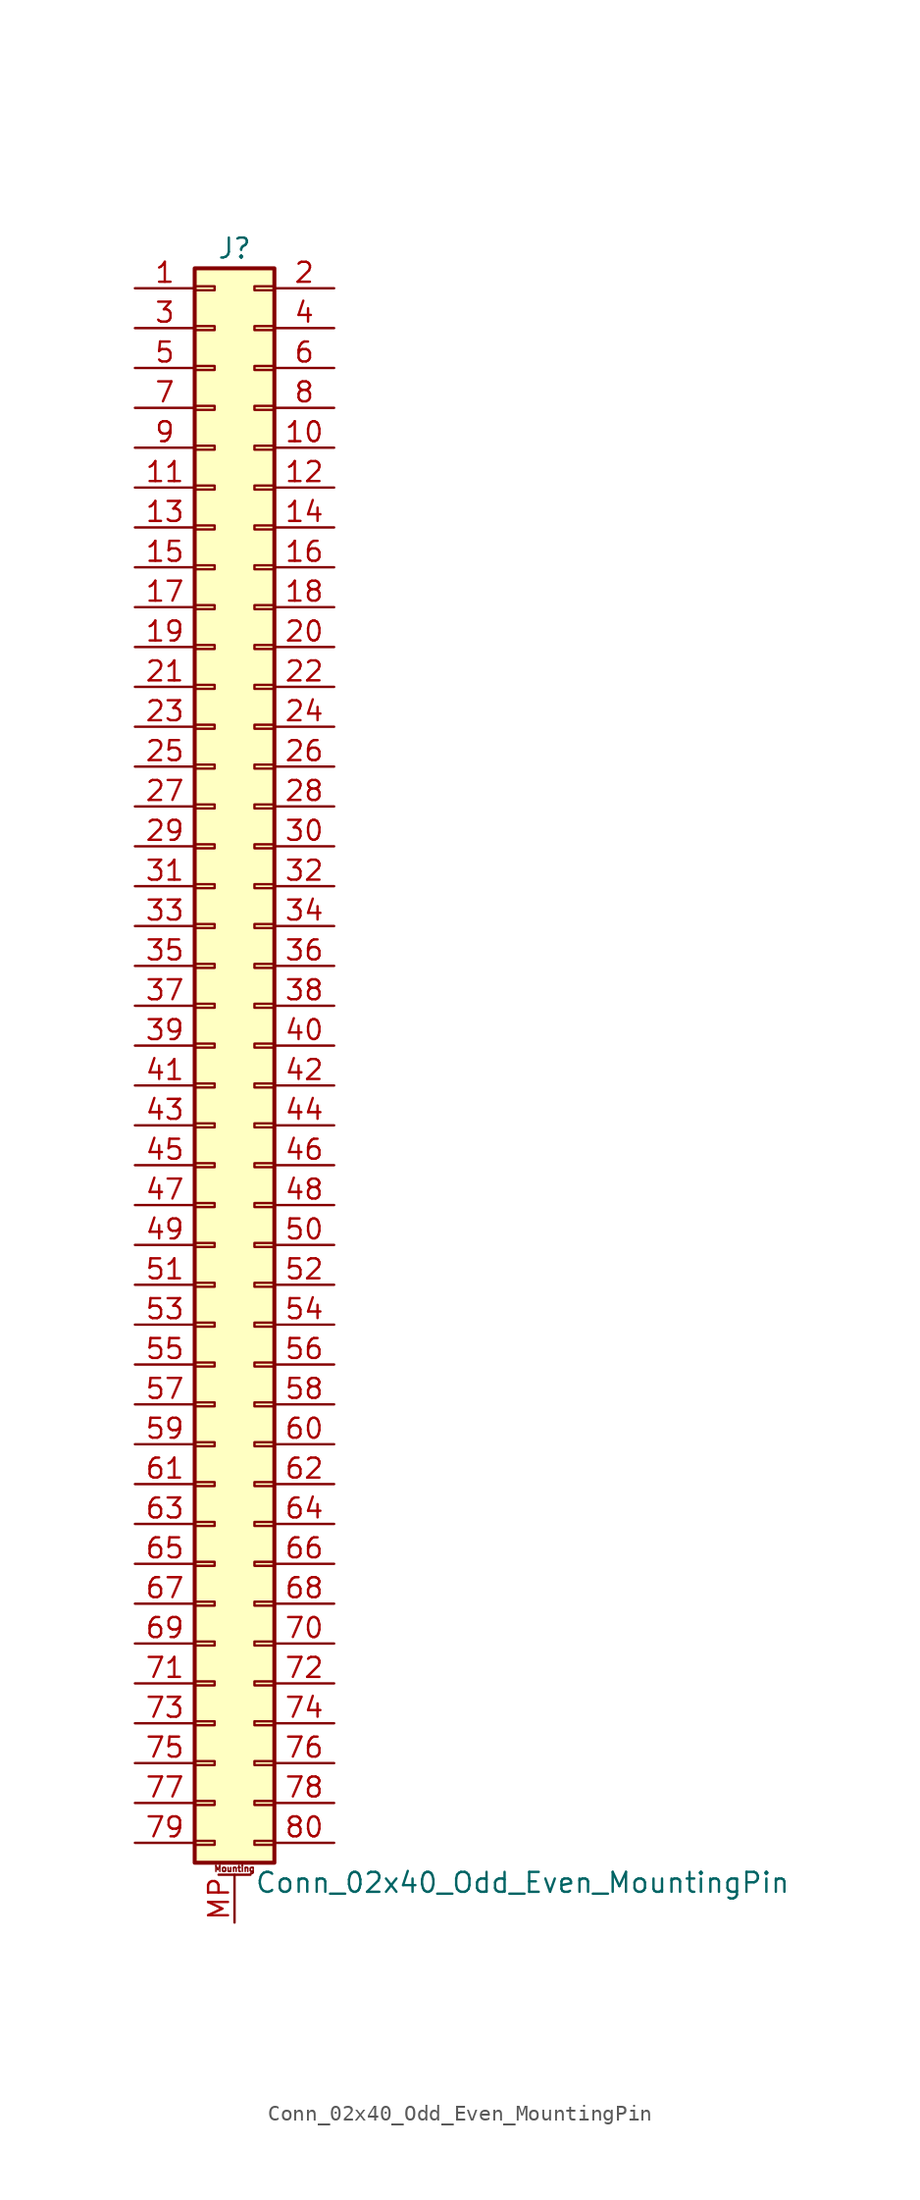
<source format=kicad_sym>
(kicad_symbol_lib
  (version 20201005)
  (generator kicad_symbol_editor)
  (symbol "Conn_02x40_Odd_Even_MountingPin"
    (pin_names
      (offset 1.016) hide)
    (property "Reference" "J"
      (at 1.27 50.8 0)
      (effects (font (size 1.27 1.27))))
    (property "Value" "Conn_02x40_Odd_Even_MountingPin"
      (at 2.54 -53.34 0)
      (effects (font (size 1.27 1.27)) (justify left)))
    (symbol "Conn_02x40_Odd_Even_MountingPin_1_1"
      (text "Mounting" (at 1.27 -52.451 0) (effects (font (size 0.381 0.381))))
      (rectangle (start -1.27 -50.673) (end 0 -50.927) (stroke (width 0.152)) (fill (type none)))
      (rectangle (start -1.27 -48.133) (end 0 -48.387) (stroke (width 0.152)) (fill (type none)))
      (rectangle (start -1.27 -45.593) (end 0 -45.847) (stroke (width 0.152)) (fill (type none)))
      (rectangle (start -1.27 -43.053) (end 0 -43.307) (stroke (width 0.152)) (fill (type none)))
      (rectangle (start -1.27 -40.513) (end 0 -40.767) (stroke (width 0.152)) (fill (type none)))
      (rectangle (start -1.27 -37.973) (end 0 -38.227) (stroke (width 0.152)) (fill (type none)))
      (rectangle (start -1.27 -35.433) (end 0 -35.687) (stroke (width 0.152)) (fill (type none)))
      (rectangle (start -1.27 -32.893) (end 0 -33.147) (stroke (width 0.152)) (fill (type none)))
      (rectangle (start -1.27 -30.353) (end 0 -30.607) (stroke (width 0.152)) (fill (type none)))
      (rectangle (start -1.27 -27.813) (end 0 -28.067) (stroke (width 0.152)) (fill (type none)))
      (rectangle (start -1.27 -25.273) (end 0 -25.527) (stroke (width 0.152)) (fill (type none)))
      (rectangle (start -1.27 -22.733) (end 0 -22.987) (stroke (width 0.152)) (fill (type none)))
      (rectangle (start -1.27 -20.193) (end 0 -20.447) (stroke (width 0.152)) (fill (type none)))
      (rectangle (start -1.27 -17.653) (end 0 -17.907) (stroke (width 0.152)) (fill (type none)))
      (rectangle (start -1.27 -15.113) (end 0 -15.367) (stroke (width 0.152)) (fill (type none)))
      (rectangle (start -1.27 -12.573) (end 0 -12.827) (stroke (width 0.152)) (fill (type none)))
      (rectangle (start -1.27 -10.033) (end 0 -10.287) (stroke (width 0.152)) (fill (type none)))
      (rectangle (start -1.27 -7.493) (end 0 -7.747) (stroke (width 0.152)) (fill (type none)))
      (rectangle (start -1.27 -4.953) (end 0 -5.207) (stroke (width 0.152)) (fill (type none)))
      (rectangle (start -1.27 -2.413) (end 0 -2.667) (stroke (width 0.152)) (fill (type none)))
      (rectangle (start -1.27 0.127) (end 0 -0.127) (stroke (width 0.152)) (fill (type none)))
      (rectangle (start -1.27 2.667) (end 0 2.413) (stroke (width 0.152)) (fill (type none)))
      (rectangle (start -1.27 5.207) (end 0 4.953) (stroke (width 0.152)) (fill (type none)))
      (rectangle (start -1.27 7.747) (end 0 7.493) (stroke (width 0.152)) (fill (type none)))
      (rectangle (start -1.27 10.287) (end 0 10.033) (stroke (width 0.152)) (fill (type none)))
      (rectangle (start -1.27 12.827) (end 0 12.573) (stroke (width 0.152)) (fill (type none)))
      (rectangle (start -1.27 15.367) (end 0 15.113) (stroke (width 0.152)) (fill (type none)))
      (rectangle (start -1.27 17.907) (end 0 17.653) (stroke (width 0.152)) (fill (type none)))
      (rectangle (start -1.27 20.447) (end 0 20.193) (stroke (width 0.152)) (fill (type none)))
      (rectangle (start -1.27 22.987) (end 0 22.733) (stroke (width 0.152)) (fill (type none)))
      (rectangle (start -1.27 25.527) (end 0 25.273) (stroke (width 0.152)) (fill (type none)))
      (rectangle (start -1.27 28.067) (end 0 27.813) (stroke (width 0.152)) (fill (type none)))
      (rectangle (start -1.27 30.607) (end 0 30.353) (stroke (width 0.152)) (fill (type none)))
      (rectangle (start -1.27 33.147) (end 0 32.893) (stroke (width 0.152)) (fill (type none)))
      (rectangle (start -1.27 35.687) (end 0 35.433) (stroke (width 0.152)) (fill (type none)))
      (rectangle (start -1.27 38.227) (end 0 37.973) (stroke (width 0.152)) (fill (type none)))
      (rectangle (start -1.27 40.767) (end 0 40.513) (stroke (width 0.152)) (fill (type none)))
      (rectangle (start -1.27 43.307) (end 0 43.053) (stroke (width 0.152)) (fill (type none)))
      (rectangle (start -1.27 45.847) (end 0 45.593) (stroke (width 0.152)) (fill (type none)))
      (rectangle (start -1.27 48.387) (end 0 48.133) (stroke (width 0.152)) (fill (type none)))
      (rectangle (start -1.27 49.53) (end 3.81 -52.07) (stroke (width 0.254)) (fill (type background)))
      (rectangle (start 3.81 -50.673) (end 2.54 -50.927) (stroke (width 0.152)) (fill (type none)))
      (rectangle (start 3.81 -48.133) (end 2.54 -48.387) (stroke (width 0.152)) (fill (type none)))
      (rectangle (start 3.81 -45.593) (end 2.54 -45.847) (stroke (width 0.152)) (fill (type none)))
      (rectangle (start 3.81 -43.053) (end 2.54 -43.307) (stroke (width 0.152)) (fill (type none)))
      (rectangle (start 3.81 -40.513) (end 2.54 -40.767) (stroke (width 0.152)) (fill (type none)))
      (rectangle (start 3.81 -37.973) (end 2.54 -38.227) (stroke (width 0.152)) (fill (type none)))
      (rectangle (start 3.81 -35.433) (end 2.54 -35.687) (stroke (width 0.152)) (fill (type none)))
      (rectangle (start 3.81 -32.893) (end 2.54 -33.147) (stroke (width 0.152)) (fill (type none)))
      (rectangle (start 3.81 -30.353) (end 2.54 -30.607) (stroke (width 0.152)) (fill (type none)))
      (rectangle (start 3.81 -27.813) (end 2.54 -28.067) (stroke (width 0.152)) (fill (type none)))
      (rectangle (start 3.81 -25.273) (end 2.54 -25.527) (stroke (width 0.152)) (fill (type none)))
      (rectangle (start 3.81 -22.733) (end 2.54 -22.987) (stroke (width 0.152)) (fill (type none)))
      (rectangle (start 3.81 -20.193) (end 2.54 -20.447) (stroke (width 0.152)) (fill (type none)))
      (rectangle (start 3.81 -17.653) (end 2.54 -17.907) (stroke (width 0.152)) (fill (type none)))
      (rectangle (start 3.81 -15.113) (end 2.54 -15.367) (stroke (width 0.152)) (fill (type none)))
      (rectangle (start 3.81 -12.573) (end 2.54 -12.827) (stroke (width 0.152)) (fill (type none)))
      (rectangle (start 3.81 -10.033) (end 2.54 -10.287) (stroke (width 0.152)) (fill (type none)))
      (rectangle (start 3.81 -7.493) (end 2.54 -7.747) (stroke (width 0.152)) (fill (type none)))
      (rectangle (start 3.81 -4.953) (end 2.54 -5.207) (stroke (width 0.152)) (fill (type none)))
      (rectangle (start 3.81 -2.413) (end 2.54 -2.667) (stroke (width 0.152)) (fill (type none)))
      (rectangle (start 3.81 0.127) (end 2.54 -0.127) (stroke (width 0.152)) (fill (type none)))
      (rectangle (start 3.81 2.667) (end 2.54 2.413) (stroke (width 0.152)) (fill (type none)))
      (rectangle (start 3.81 5.207) (end 2.54 4.953) (stroke (width 0.152)) (fill (type none)))
      (rectangle (start 3.81 7.747) (end 2.54 7.493) (stroke (width 0.152)) (fill (type none)))
      (rectangle (start 3.81 10.287) (end 2.54 10.033) (stroke (width 0.152)) (fill (type none)))
      (rectangle (start 3.81 12.827) (end 2.54 12.573) (stroke (width 0.152)) (fill (type none)))
      (rectangle (start 3.81 15.367) (end 2.54 15.113) (stroke (width 0.152)) (fill (type none)))
      (rectangle (start 3.81 17.907) (end 2.54 17.653) (stroke (width 0.152)) (fill (type none)))
      (rectangle (start 3.81 20.447) (end 2.54 20.193) (stroke (width 0.152)) (fill (type none)))
      (rectangle (start 3.81 22.987) (end 2.54 22.733) (stroke (width 0.152)) (fill (type none)))
      (rectangle (start 3.81 25.527) (end 2.54 25.273) (stroke (width 0.152)) (fill (type none)))
      (rectangle (start 3.81 28.067) (end 2.54 27.813) (stroke (width 0.152)) (fill (type none)))
      (rectangle (start 3.81 30.607) (end 2.54 30.353) (stroke (width 0.152)) (fill (type none)))
      (rectangle (start 3.81 33.147) (end 2.54 32.893) (stroke (width 0.152)) (fill (type none)))
      (rectangle (start 3.81 35.687) (end 2.54 35.433) (stroke (width 0.152)) (fill (type none)))
      (rectangle (start 3.81 38.227) (end 2.54 37.973) (stroke (width 0.152)) (fill (type none)))
      (rectangle (start 3.81 40.767) (end 2.54 40.513) (stroke (width 0.152)) (fill (type none)))
      (rectangle (start 3.81 43.307) (end 2.54 43.053) (stroke (width 0.152)) (fill (type none)))
      (rectangle (start 3.81 45.847) (end 2.54 45.593) (stroke (width 0.152)) (fill (type none)))
      (rectangle (start 3.81 48.387) (end 2.54 48.133) (stroke (width 0.152)) (fill (type none)))
      (polyline (pts (xy 0.254 -52.832) (xy 2.286 -52.832)) (stroke (width 0.152)) (fill (type none)))
      (pin passive line (at -5.08 48.26 0) (length 3.81) (name "Pin_1" (effects (font (size 1.27 1.27)))) (number "1" (effects (font (size 1.27 1.27)))))
      (pin passive line (at 7.62 38.1 180) (length 3.81) (name "Pin_10" (effects (font (size 1.27 1.27)))) (number "10" (effects (font (size 1.27 1.27)))))
      (pin passive line (at -5.08 35.56 0) (length 3.81) (name "Pin_11" (effects (font (size 1.27 1.27)))) (number "11" (effects (font (size 1.27 1.27)))))
      (pin passive line (at 7.62 35.56 180) (length 3.81) (name "Pin_12" (effects (font (size 1.27 1.27)))) (number "12" (effects (font (size 1.27 1.27)))))
      (pin passive line (at -5.08 33.02 0) (length 3.81) (name "Pin_13" (effects (font (size 1.27 1.27)))) (number "13" (effects (font (size 1.27 1.27)))))
      (pin passive line (at 7.62 33.02 180) (length 3.81) (name "Pin_14" (effects (font (size 1.27 1.27)))) (number "14" (effects (font (size 1.27 1.27)))))
      (pin passive line (at -5.08 30.48 0) (length 3.81) (name "Pin_15" (effects (font (size 1.27 1.27)))) (number "15" (effects (font (size 1.27 1.27)))))
      (pin passive line (at 7.62 30.48 180) (length 3.81) (name "Pin_16" (effects (font (size 1.27 1.27)))) (number "16" (effects (font (size 1.27 1.27)))))
      (pin passive line (at -5.08 27.94 0) (length 3.81) (name "Pin_17" (effects (font (size 1.27 1.27)))) (number "17" (effects (font (size 1.27 1.27)))))
      (pin passive line (at 7.62 27.94 180) (length 3.81) (name "Pin_18" (effects (font (size 1.27 1.27)))) (number "18" (effects (font (size 1.27 1.27)))))
      (pin passive line (at -5.08 25.4 0) (length 3.81) (name "Pin_19" (effects (font (size 1.27 1.27)))) (number "19" (effects (font (size 1.27 1.27)))))
      (pin passive line (at 7.62 48.26 180) (length 3.81) (name "Pin_2" (effects (font (size 1.27 1.27)))) (number "2" (effects (font (size 1.27 1.27)))))
      (pin passive line (at 7.62 25.4 180) (length 3.81) (name "Pin_20" (effects (font (size 1.27 1.27)))) (number "20" (effects (font (size 1.27 1.27)))))
      (pin passive line (at -5.08 22.86 0) (length 3.81) (name "Pin_21" (effects (font (size 1.27 1.27)))) (number "21" (effects (font (size 1.27 1.27)))))
      (pin passive line (at 7.62 22.86 180) (length 3.81) (name "Pin_22" (effects (font (size 1.27 1.27)))) (number "22" (effects (font (size 1.27 1.27)))))
      (pin passive line (at -5.08 20.32 0) (length 3.81) (name "Pin_23" (effects (font (size 1.27 1.27)))) (number "23" (effects (font (size 1.27 1.27)))))
      (pin passive line (at 7.62 20.32 180) (length 3.81) (name "Pin_24" (effects (font (size 1.27 1.27)))) (number "24" (effects (font (size 1.27 1.27)))))
      (pin passive line (at -5.08 17.78 0) (length 3.81) (name "Pin_25" (effects (font (size 1.27 1.27)))) (number "25" (effects (font (size 1.27 1.27)))))
      (pin passive line (at 7.62 17.78 180) (length 3.81) (name "Pin_26" (effects (font (size 1.27 1.27)))) (number "26" (effects (font (size 1.27 1.27)))))
      (pin passive line (at -5.08 15.24 0) (length 3.81) (name "Pin_27" (effects (font (size 1.27 1.27)))) (number "27" (effects (font (size 1.27 1.27)))))
      (pin passive line (at 7.62 15.24 180) (length 3.81) (name "Pin_28" (effects (font (size 1.27 1.27)))) (number "28" (effects (font (size 1.27 1.27)))))
      (pin passive line (at -5.08 12.7 0) (length 3.81) (name "Pin_29" (effects (font (size 1.27 1.27)))) (number "29" (effects (font (size 1.27 1.27)))))
      (pin passive line (at -5.08 45.72 0) (length 3.81) (name "Pin_3" (effects (font (size 1.27 1.27)))) (number "3" (effects (font (size 1.27 1.27)))))
      (pin passive line (at 7.62 12.7 180) (length 3.81) (name "Pin_30" (effects (font (size 1.27 1.27)))) (number "30" (effects (font (size 1.27 1.27)))))
      (pin passive line (at -5.08 10.16 0) (length 3.81) (name "Pin_31" (effects (font (size 1.27 1.27)))) (number "31" (effects (font (size 1.27 1.27)))))
      (pin passive line (at 7.62 10.16 180) (length 3.81) (name "Pin_32" (effects (font (size 1.27 1.27)))) (number "32" (effects (font (size 1.27 1.27)))))
      (pin passive line (at -5.08 7.62 0) (length 3.81) (name "Pin_33" (effects (font (size 1.27 1.27)))) (number "33" (effects (font (size 1.27 1.27)))))
      (pin passive line (at 7.62 7.62 180) (length 3.81) (name "Pin_34" (effects (font (size 1.27 1.27)))) (number "34" (effects (font (size 1.27 1.27)))))
      (pin passive line (at -5.08 5.08 0) (length 3.81) (name "Pin_35" (effects (font (size 1.27 1.27)))) (number "35" (effects (font (size 1.27 1.27)))))
      (pin passive line (at 7.62 5.08 180) (length 3.81) (name "Pin_36" (effects (font (size 1.27 1.27)))) (number "36" (effects (font (size 1.27 1.27)))))
      (pin passive line (at -5.08 2.54 0) (length 3.81) (name "Pin_37" (effects (font (size 1.27 1.27)))) (number "37" (effects (font (size 1.27 1.27)))))
      (pin passive line (at 7.62 2.54 180) (length 3.81) (name "Pin_38" (effects (font (size 1.27 1.27)))) (number "38" (effects (font (size 1.27 1.27)))))
      (pin passive line (at -5.08 0 0) (length 3.81) (name "Pin_39" (effects (font (size 1.27 1.27)))) (number "39" (effects (font (size 1.27 1.27)))))
      (pin passive line (at 7.62 45.72 180) (length 3.81) (name "Pin_4" (effects (font (size 1.27 1.27)))) (number "4" (effects (font (size 1.27 1.27)))))
      (pin passive line (at 7.62 0 180) (length 3.81) (name "Pin_40" (effects (font (size 1.27 1.27)))) (number "40" (effects (font (size 1.27 1.27)))))
      (pin passive line (at -5.08 -2.54 0) (length 3.81) (name "Pin_41" (effects (font (size 1.27 1.27)))) (number "41" (effects (font (size 1.27 1.27)))))
      (pin passive line (at 7.62 -2.54 180) (length 3.81) (name "Pin_42" (effects (font (size 1.27 1.27)))) (number "42" (effects (font (size 1.27 1.27)))))
      (pin passive line (at -5.08 -5.08 0) (length 3.81) (name "Pin_43" (effects (font (size 1.27 1.27)))) (number "43" (effects (font (size 1.27 1.27)))))
      (pin passive line (at 7.62 -5.08 180) (length 3.81) (name "Pin_44" (effects (font (size 1.27 1.27)))) (number "44" (effects (font (size 1.27 1.27)))))
      (pin passive line (at -5.08 -7.62 0) (length 3.81) (name "Pin_45" (effects (font (size 1.27 1.27)))) (number "45" (effects (font (size 1.27 1.27)))))
      (pin passive line (at 7.62 -7.62 180) (length 3.81) (name "Pin_46" (effects (font (size 1.27 1.27)))) (number "46" (effects (font (size 1.27 1.27)))))
      (pin passive line (at -5.08 -10.16 0) (length 3.81) (name "Pin_47" (effects (font (size 1.27 1.27)))) (number "47" (effects (font (size 1.27 1.27)))))
      (pin passive line (at 7.62 -10.16 180) (length 3.81) (name "Pin_48" (effects (font (size 1.27 1.27)))) (number "48" (effects (font (size 1.27 1.27)))))
      (pin passive line (at -5.08 -12.7 0) (length 3.81) (name "Pin_49" (effects (font (size 1.27 1.27)))) (number "49" (effects (font (size 1.27 1.27)))))
      (pin passive line (at -5.08 43.18 0) (length 3.81) (name "Pin_5" (effects (font (size 1.27 1.27)))) (number "5" (effects (font (size 1.27 1.27)))))
      (pin passive line (at 7.62 -12.7 180) (length 3.81) (name "Pin_50" (effects (font (size 1.27 1.27)))) (number "50" (effects (font (size 1.27 1.27)))))
      (pin passive line (at -5.08 -15.24 0) (length 3.81) (name "Pin_51" (effects (font (size 1.27 1.27)))) (number "51" (effects (font (size 1.27 1.27)))))
      (pin passive line (at 7.62 -15.24 180) (length 3.81) (name "Pin_52" (effects (font (size 1.27 1.27)))) (number "52" (effects (font (size 1.27 1.27)))))
      (pin passive line (at -5.08 -17.78 0) (length 3.81) (name "Pin_53" (effects (font (size 1.27 1.27)))) (number "53" (effects (font (size 1.27 1.27)))))
      (pin passive line (at 7.62 -17.78 180) (length 3.81) (name "Pin_54" (effects (font (size 1.27 1.27)))) (number "54" (effects (font (size 1.27 1.27)))))
      (pin passive line (at -5.08 -20.32 0) (length 3.81) (name "Pin_55" (effects (font (size 1.27 1.27)))) (number "55" (effects (font (size 1.27 1.27)))))
      (pin passive line (at 7.62 -20.32 180) (length 3.81) (name "Pin_56" (effects (font (size 1.27 1.27)))) (number "56" (effects (font (size 1.27 1.27)))))
      (pin passive line (at -5.08 -22.86 0) (length 3.81) (name "Pin_57" (effects (font (size 1.27 1.27)))) (number "57" (effects (font (size 1.27 1.27)))))
      (pin passive line (at 7.62 -22.86 180) (length 3.81) (name "Pin_58" (effects (font (size 1.27 1.27)))) (number "58" (effects (font (size 1.27 1.27)))))
      (pin passive line (at -5.08 -25.4 0) (length 3.81) (name "Pin_59" (effects (font (size 1.27 1.27)))) (number "59" (effects (font (size 1.27 1.27)))))
      (pin passive line (at 7.62 43.18 180) (length 3.81) (name "Pin_6" (effects (font (size 1.27 1.27)))) (number "6" (effects (font (size 1.27 1.27)))))
      (pin passive line (at 7.62 -25.4 180) (length 3.81) (name "Pin_60" (effects (font (size 1.27 1.27)))) (number "60" (effects (font (size 1.27 1.27)))))
      (pin passive line (at -5.08 -27.94 0) (length 3.81) (name "Pin_61" (effects (font (size 1.27 1.27)))) (number "61" (effects (font (size 1.27 1.27)))))
      (pin passive line (at 7.62 -27.94 180) (length 3.81) (name "Pin_62" (effects (font (size 1.27 1.27)))) (number "62" (effects (font (size 1.27 1.27)))))
      (pin passive line (at -5.08 -30.48 0) (length 3.81) (name "Pin_63" (effects (font (size 1.27 1.27)))) (number "63" (effects (font (size 1.27 1.27)))))
      (pin passive line (at 7.62 -30.48 180) (length 3.81) (name "Pin_64" (effects (font (size 1.27 1.27)))) (number "64" (effects (font (size 1.27 1.27)))))
      (pin passive line (at -5.08 -33.02 0) (length 3.81) (name "Pin_65" (effects (font (size 1.27 1.27)))) (number "65" (effects (font (size 1.27 1.27)))))
      (pin passive line (at 7.62 -33.02 180) (length 3.81) (name "Pin_66" (effects (font (size 1.27 1.27)))) (number "66" (effects (font (size 1.27 1.27)))))
      (pin passive line (at -5.08 -35.56 0) (length 3.81) (name "Pin_67" (effects (font (size 1.27 1.27)))) (number "67" (effects (font (size 1.27 1.27)))))
      (pin passive line (at 7.62 -35.56 180) (length 3.81) (name "Pin_68" (effects (font (size 1.27 1.27)))) (number "68" (effects (font (size 1.27 1.27)))))
      (pin passive line (at -5.08 -38.1 0) (length 3.81) (name "Pin_69" (effects (font (size 1.27 1.27)))) (number "69" (effects (font (size 1.27 1.27)))))
      (pin passive line (at -5.08 40.64 0) (length 3.81) (name "Pin_7" (effects (font (size 1.27 1.27)))) (number "7" (effects (font (size 1.27 1.27)))))
      (pin passive line (at 7.62 -38.1 180) (length 3.81) (name "Pin_70" (effects (font (size 1.27 1.27)))) (number "70" (effects (font (size 1.27 1.27)))))
      (pin passive line (at -5.08 -40.64 0) (length 3.81) (name "Pin_71" (effects (font (size 1.27 1.27)))) (number "71" (effects (font (size 1.27 1.27)))))
      (pin passive line (at 7.62 -40.64 180) (length 3.81) (name "Pin_72" (effects (font (size 1.27 1.27)))) (number "72" (effects (font (size 1.27 1.27)))))
      (pin passive line (at -5.08 -43.18 0) (length 3.81) (name "Pin_73" (effects (font (size 1.27 1.27)))) (number "73" (effects (font (size 1.27 1.27)))))
      (pin passive line (at 7.62 -43.18 180) (length 3.81) (name "Pin_74" (effects (font (size 1.27 1.27)))) (number "74" (effects (font (size 1.27 1.27)))))
      (pin passive line (at -5.08 -45.72 0) (length 3.81) (name "Pin_75" (effects (font (size 1.27 1.27)))) (number "75" (effects (font (size 1.27 1.27)))))
      (pin passive line (at 7.62 -45.72 180) (length 3.81) (name "Pin_76" (effects (font (size 1.27 1.27)))) (number "76" (effects (font (size 1.27 1.27)))))
      (pin passive line (at -5.08 -48.26 0) (length 3.81) (name "Pin_77" (effects (font (size 1.27 1.27)))) (number "77" (effects (font (size 1.27 1.27)))))
      (pin passive line (at 7.62 -48.26 180) (length 3.81) (name "Pin_78" (effects (font (size 1.27 1.27)))) (number "78" (effects (font (size 1.27 1.27)))))
      (pin passive line (at -5.08 -50.8 0) (length 3.81) (name "Pin_79" (effects (font (size 1.27 1.27)))) (number "79" (effects (font (size 1.27 1.27)))))
      (pin passive line (at 7.62 40.64 180) (length 3.81) (name "Pin_8" (effects (font (size 1.27 1.27)))) (number "8" (effects (font (size 1.27 1.27)))))
      (pin passive line (at 7.62 -50.8 180) (length 3.81) (name "Pin_80" (effects (font (size 1.27 1.27)))) (number "80" (effects (font (size 1.27 1.27)))))
      (pin passive line (at -5.08 38.1 0) (length 3.81) (name "Pin_9" (effects (font (size 1.27 1.27)))) (number "9" (effects (font (size 1.27 1.27)))))
      (pin passive line (at 1.27 -55.88 90) (length 3.048) (name "MountPin" (effects (font (size 1.27 1.27)))) (number "MP" (effects (font (size 1.27 1.27))))))))
</source>
